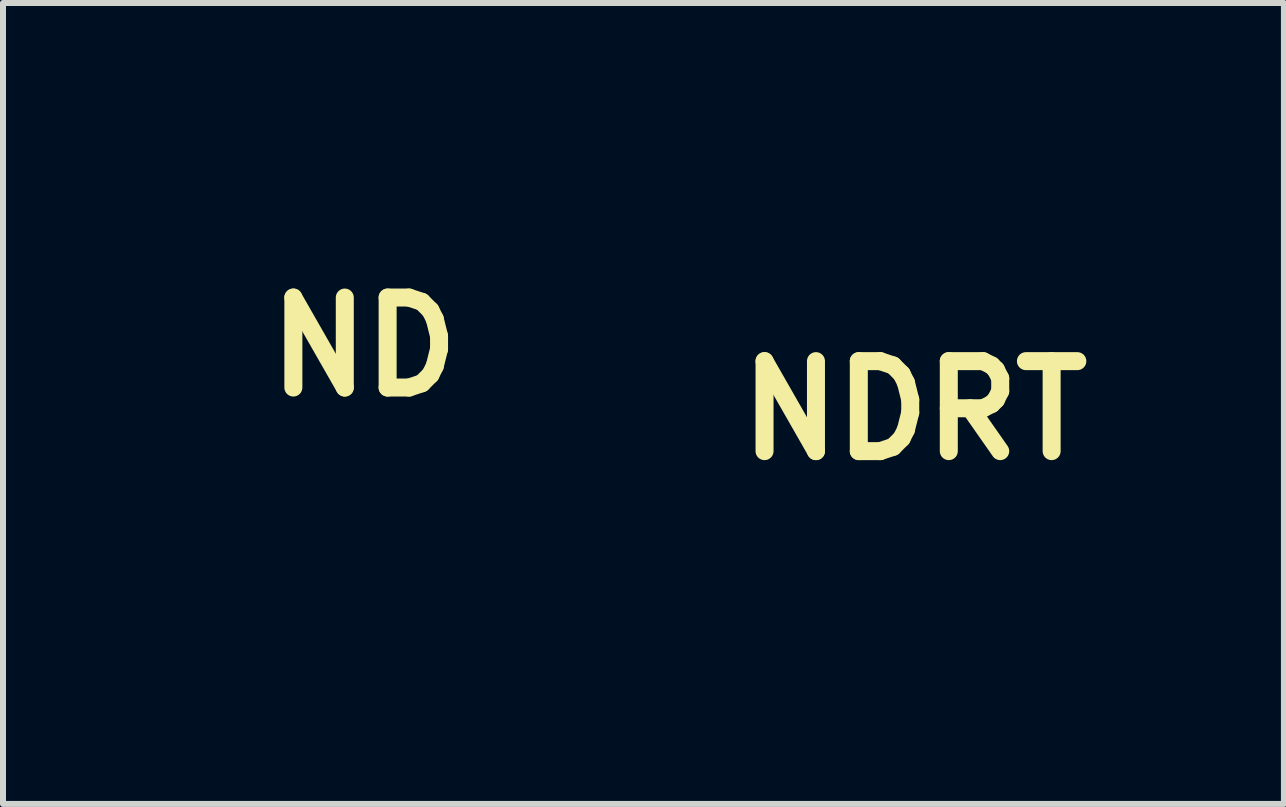
<source format=kicad_pcb>
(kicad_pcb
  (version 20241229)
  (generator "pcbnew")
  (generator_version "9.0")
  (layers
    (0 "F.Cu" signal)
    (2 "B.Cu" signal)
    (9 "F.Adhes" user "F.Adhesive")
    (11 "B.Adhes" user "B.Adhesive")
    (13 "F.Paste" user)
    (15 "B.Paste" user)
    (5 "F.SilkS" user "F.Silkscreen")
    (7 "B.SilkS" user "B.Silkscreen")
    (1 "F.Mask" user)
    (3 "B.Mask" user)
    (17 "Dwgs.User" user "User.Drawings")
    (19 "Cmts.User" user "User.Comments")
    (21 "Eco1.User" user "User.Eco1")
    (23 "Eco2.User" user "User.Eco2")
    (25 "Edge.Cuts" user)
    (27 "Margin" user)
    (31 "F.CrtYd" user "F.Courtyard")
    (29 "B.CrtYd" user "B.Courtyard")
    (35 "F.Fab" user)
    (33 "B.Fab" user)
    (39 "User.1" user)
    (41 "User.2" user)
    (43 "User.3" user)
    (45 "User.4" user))
  (footprint "NDRT"
    (layer "F.Cu")
    (at 12.195 3.792)
    (property "Reference" "NDRT" (at 0 0 0) (layer "F.SilkS") (effects (font (size 1.5 1.5) (thickness 0.3))))
    (attr board_only exclude_from_pos_files exclude_from_bom)
    (fp_poly (pts (xy 0.519 3.47) (xy 0.52 3.48) (xy 0.49 3.519) (xy 0.48 3.52) (xy 0.441 3.49) (xy 0.44 3.48) (xy 0.47 3.441) (xy 0.48 3.44)) (stroke (width 0) (type solid)) (fill yes) (layer "F.Mask"))
    (fp_poly (pts (xy 0.332 2.445) (xy 0.386 2.467) (xy 0.4 2.514) (xy 0.4 2.52) (xy 0.374 2.586) (xy 0.338 2.6) (xy 0.296 2.619) (xy 0.3 2.64) (xy 0.357 2.674) (xy 0.401 2.68) (xy 0.485 2.716) (xy 0.54 2.82) (xy 0.56 2.982) (xy 0.56 2.988) (xy 0.538 3.138) (xy 0.478 3.253) (xy 0.394 3.314) (xy 0.358 3.32) (xy 0.301 3.34) (xy 0.281 3.413) (xy 0.28 3.44) (xy 0.262 3.535) (xy 0.221 3.56) (xy 0.164 3.528) (xy 0.105 3.449) (xy 0.1 3.44) (xy 0.038 3.354) (xy -0.045 3.324) (xy -0.091 3.323) (xy -0.164 3.33) (xy -0.175 3.344) (xy -0.17 3.346) (xy -0.131 3.398) (xy -0.12 3.463) (xy -0.129 3.526) (xy -0.172 3.553) (xy -0.27 3.56) (xy -0.281 3.56) (xy -0.405 3.546) (xy -0.464 3.502) (xy -0.468 3.494) (xy -0.459 3.417) (xy -0.419 3.374) (xy -0.381 3.34) (xy -0.397 3.325) (xy -0.479 3.32) (xy -0.512 3.32) (xy -0.62 3.314) (xy -0.669 3.289) (xy -0.68 3.242) (xy -0.662 3.166) (xy -0.641 3.141) (xy -0.618 3.092) (xy -0.609 3.005) (xy -0.61 2.98) (xy -0.44 2.98) (xy -0.43 3.073) (xy -0.405 3.119) (xy -0.4 3.12) (xy -0.374 3.085) (xy -0.362 3.01) (xy -0.199 3.01) (xy -0.189 3.117) (xy -0.153 3.158) (xy -0.14 3.16) (xy -0.088 3.133) (xy -0.081 3.11) (xy -0.101 3.04) (xy -0.14 2.96) (xy -0.177 2.895) (xy 0.009 2.895) (xy 0.041 2.963) (xy 0.087 3.03) (xy 0.113 3.021) (xy 0.119 2.954) (xy 0.282 2.954) (xy 0.282 3.047) (xy 0.297 3.119) (xy 0.307 3.133) (xy 0.339 3.156) (xy 0.355 3.131) (xy 0.36 3.043) (xy 0.36 3) (xy 0.351 2.9) (xy 0.329 2.844) (xy 0.32 2.84) (xy 0.295 2.874) (xy 0.282 2.954) (xy 0.119 2.954) (xy 0.12 2.94) (xy 0.099 2.86) (xy 0.06 2.84) (xy 0.009 2.851) (xy 0.009 2.895) (xy -0.177 2.895) (xy -0.197 2.86) (xy -0.199 3.01) (xy -0.362 3.01) (xy -0.36 2.998) (xy -0.36 2.98) (xy -0.37 2.887) (xy -0.395 2.841) (xy -0.4 2.84) (xy -0.426 2.875) (xy -0.44 2.962) (xy -0.44 2.98) (xy -0.61 2.98) (xy -0.613 2.914) (xy -0.631 2.851) (xy -0.646 2.84) (xy -0.672 2.806) (xy -0.68 2.748) (xy -0.67 2.687) (xy -0.624 2.667) (xy -0.545 2.672) (xy -0.446 2.671) (xy -0.385 2.647) (xy -0.382 2.644) (xy -0.389 2.606) (xy -0.418 2.6) (xy -0.469 2.567) (xy -0.48 2.52) (xy -0.463 2.463) (xy -0.398 2.442) (xy -0.35 2.44) (xy -0.242 2.46) (xy -0.168 2.533) (xy -0.155 2.555) (xy -0.074 2.647) (xy 0.015 2.67) (xy 0.093 2.659) (xy 0.12 2.635) (xy 0.089 2.601) (xy 0.08 2.6) (xy 0.048 2.566) (xy 0.04 2.52) (xy 0.052 2.47) (xy 0.101 2.446) (xy 0.207 2.44) (xy 0.22 2.44)) (stroke (width 0) (type solid)) (fill yes) (layer "F.Mask"))
    (fp_poly (pts (xy 0.213 -3.741) (xy 0.398 -3.612) (xy 0.403 -3.607) (xy 0.455 -3.553) (xy 0.502 -3.491) (xy 0.548 -3.41) (xy 0.599 -3.3) (xy 0.659 -3.15) (xy 0.732 -2.949) (xy 0.824 -2.687) (xy 0.861 -2.58) (xy 1.006 -2.164) (xy 1.171 -1.687) (xy 1.354 -1.164) (xy 1.547 -0.609) (xy 1.747 -0.037) (xy 1.949 0.539) (xy 2.146 1.102) (xy 2.334 1.639) (xy 2.412 1.86) (xy 2.529 2.195) (xy 2.619 2.463) (xy 2.686 2.674) (xy 2.732 2.837) (xy 2.76 2.961) (xy 2.772 3.053) (xy 2.773 3.094) (xy 2.762 3.217) (xy 2.74 3.307) (xy 2.726 3.33) (xy 2.664 3.343) (xy 2.543 3.33) (xy 2.377 3.294) (xy 2.182 3.238) (xy 1.974 3.167) (xy 1.882 3.131) (xy 1.474 2.933) (xy 1.106 2.684) (xy 1.045 2.628) (xy 1.582 2.628) (xy 1.6 2.691) (xy 1.64 2.72) (xy 1.68 2.688) (xy 1.694 2.661) (xy 1.69 2.595) (xy 1.64 2.567) (xy 1.602 2.579) (xy 1.582 2.628) (xy 1.045 2.628) (xy 0.784 2.391) (xy 0.518 2.065) (xy 0.356 1.784) (xy 1.932 1.784) (xy 1.939 1.798) (xy 1.98 1.822) (xy 2.025 1.796) (xy 2.06 1.739) (xy 2.042 1.706) (xy 1.987 1.69) (xy 1.94 1.725) (xy 1.932 1.784) (xy 0.356 1.784) (xy 0.315 1.712) (xy 0.186 1.355) (xy 0.159 1.258) (xy 0.7 1.258) (xy 0.703 1.285) (xy 0.759 1.319) (xy 0.817 1.285) (xy 0.82 1.28) (xy 0.831 1.215) (xy 0.792 1.183) (xy 0.737 1.203) (xy 0.7 1.258) (xy 0.159 1.258) (xy 0.152 1.232) (xy 0.117 1.167) (xy 0.064 1.139) (xy -0.024 1.128) (xy -0.18 1.116) (xy -0.23 1.328) (xy -0.36 1.71) (xy -0.561 2.068) (xy -0.828 2.396) (xy -1.155 2.688) (xy -1.535 2.939) (xy -1.963 3.143) (xy -2.303 3.26) (xy -2.503 3.316) (xy -2.639 3.348) (xy -2.726 3.353) (xy -2.775 3.328) (xy -2.802 3.27) (xy -2.817 3.179) (xy -2.819 3.169) (xy -2.823 3.14) (xy -2.826 3.113) (xy -2.827 3.083) (xy -2.825 3.047) (xy -2.817 3) (xy -2.803 2.939) (xy -2.794 2.904) (xy -2.468 2.904) (xy -2.461 2.918) (xy -2.42 2.942) (xy -2.375 2.916) (xy -2.34 2.859) (xy -2.358 2.826) (xy -2.413 2.81) (xy -2.46 2.845) (xy -2.468 2.904) (xy -2.794 2.904) (xy -2.782 2.858) (xy -2.751 2.755) (xy -2.71 2.625) (xy -2.658 2.463) (xy -2.592 2.267) (xy -2.512 2.032) (xy -2.467 1.899) (xy -1.5 1.899) (xy -1.497 1.925) (xy -1.44 1.959) (xy -1.389 1.936) (xy -1.38 1.883) (xy -1.387 1.855) (xy -1.42 1.82) (xy -1.464 1.844) (xy -1.5 1.899) (xy -2.467 1.899) (xy -2.417 1.753) (xy -2.304 1.427) (xy -2.173 1.05) (xy -2.101 0.842) (xy -0.4 0.842) (xy -0.393 0.954) (xy -0.363 0.994) (xy -0.298 0.97) (xy -0.249 0.938) (xy -0.185 0.898) (xy -0.162 0.913) (xy -0.16 0.958) (xy -0.145 1.014) (xy -0.086 1.037) (xy -0.02 1.04) (xy 0.081 1.028) (xy 0.119 0.989) (xy 0.12 0.976) (xy 0.144 0.931) (xy 0.18 0.936) (xy 0.274 0.974) (xy 0.3 0.984) (xy 0.339 0.984) (xy 0.357 0.93) (xy 0.36 0.847) (xy 0.35 0.733) (xy 0.309 0.663) (xy 0.236 0.612) (xy 0.113 0.54) (xy 0.117 0.017) (xy 1.412 0.017) (xy 1.42 0.04) (xy 1.464 0.064) (xy 1.489 0.047) (xy 1.508 -0.017) (xy 1.5 -0.04) (xy 1.456 -0.064) (xy 1.431 -0.047) (xy 1.412 0.017) (xy 0.117 0.017) (xy 0.125 -1.063) (xy 0.332 -1.063) (xy 0.34 -1.04) (xy 0.384 -1.016) (xy 0.409 -1.033) (xy 0.428 -1.097) (xy 0.42 -1.12) (xy 0.376 -1.144) (xy 0.351 -1.127) (xy 0.332 -1.063) (xy 0.125 -1.063) (xy 0.126 -1.18) (xy 0.129 -1.621) (xy 0.131 -1.988) (xy 0.13 -2.254) (xy 0.578 -2.254) (xy 0.608 -2.209) (xy 0.64 -2.2) (xy 0.692 -2.229) (xy 0.698 -2.237) (xy 0.696 -2.285) (xy 0.648 -2.31) (xy 0.599 -2.3) (xy 0.578 -2.254) (xy 0.13 -2.254) (xy 0.13 -2.291) (xy 0.127 -2.536) (xy 0.123 -2.731) (xy 0.115 -2.882) (xy 0.106 -2.998) (xy 0.093 -3.085) (xy 0.084 -3.13) (xy 0.045 -3.256) (xy 0.004 -3.338) (xy -0.024 -3.36) (xy -0.059 -3.347) (xy -0.089 -3.303) (xy -0.114 -3.223) (xy -0.133 -3.102) (xy -0.148 -2.934) (xy -0.159 -2.714) (xy -0.166 -2.435) (xy -0.169 -2.094) (xy -0.169 -1.684) (xy -0.166 -1.199) (xy -0.166 -1.18) (xy -0.152 0.54) (xy -0.276 0.612) (xy -0.36 0.674) (xy -0.394 0.752) (xy -0.4 0.842) (xy -2.101 0.842) (xy -2.05 0.698) (xy -1.62 0.698) (xy -1.617 0.725) (xy -1.561 0.759) (xy -1.503 0.725) (xy -1.5 0.72) (xy -1.489 0.655) (xy -1.528 0.623) (xy -1.583 0.643) (xy -1.62 0.698) (xy -2.05 0.698) (xy -2.022 0.617) (xy -1.85 0.125) (xy -1.668 -0.396) (xy -0.614 -0.396) (xy -0.614 -0.338) (xy -0.582 -0.3) (xy -0.534 -0.325) (xy -0.501 -0.383) (xy -0.515 -0.411) (xy -0.573 -0.431) (xy -0.614 -0.396) (xy -1.668 -0.396) (xy -1.656 -0.431) (xy -1.438 -1.055) (xy -1.277 -1.515) (xy -1.013 -1.515) (xy -0.972 -1.48) (xy -0.918 -1.496) (xy -0.903 -1.515) (xy -0.91 -1.567) (xy -0.936 -1.596) (xy -0.987 -1.619) (xy -1.013 -1.585) (xy -1.013 -1.515) (xy -1.277 -1.515) (xy -1.212 -1.7) (xy -1.104 -2.01) (xy -0.999 -2.309) (xy -0.903 -2.585) (xy -0.819 -2.827) (xy -0.751 -3.022) (xy -0.743 -3.045) (xy -0.412 -3.045) (xy -0.404 -2.986) (xy -0.395 -2.975) (xy -0.349 -2.938) (xy -0.315 -2.968) (xy -0.306 -3.033) (xy -0.318 -3.054) (xy -0.375 -3.076) (xy -0.412 -3.045) (xy -0.743 -3.045) (xy -0.704 -3.158) (xy -0.692 -3.191) (xy -0.585 -3.438) (xy -0.454 -3.615) (xy -0.293 -3.729) (xy -0.202 -3.764) (xy 0.013 -3.792)) (stroke (width 0) (type solid)) (fill yes) (layer "F.Mask")))
  (footprint "ND"
    (layer "F.Cu")
    (at 3.019 2.732)
    (property "Reference" "ND" (at 0 0 0) (layer "F.SilkS") (effects (font (size 1.5 1.5) (thickness 0.3))))
    (attr board_only exclude_from_pos_files exclude_from_bom)
    (fp_poly (pts (xy -0.946 -2.731) (xy -0.873 -2.728) (xy -0.823 -2.723) (xy -0.792 -2.717) (xy -0.772 -2.708) (xy -0.763 -2.699) (xy -0.746 -2.671) (xy -0.711 -2.609) (xy -0.663 -2.518) (xy -0.603 -2.405) (xy -0.535 -2.275) (xy -0.462 -2.133) (xy -0.457 -2.125) (xy -0.181 -1.586) (xy 0.424 -1.58) (xy 1.028 -1.575) (xy 1.028 -1.76) (xy 1.028 -1.946) (xy 0.793 -1.952) (xy 0.558 -1.958) (xy 0.558 -2.341) (xy 0.558 -2.724) (xy 1.411 -2.724) (xy 2.264 -2.724) (xy 2.27 -2.335) (xy 2.276 -1.947) (xy 2.034 -1.947) (xy 1.792 -1.947) (xy 1.799 -1.767) (xy 1.805 -1.586) (xy 2.133 -1.58) (xy 2.461 -1.574) (xy 2.74 -1.296) (xy 3.019 -1.018) (xy 3.019 -0.011) (xy 3.019 0.996) (xy 2.74 1.274) (xy 2.461 1.552) (xy 2.133 1.558) (xy 1.805 1.564) (xy 1.794 2.133) (xy 1.783 2.702) (xy 1.447 2.702) (xy 1.111 2.702) (xy 0.815 2.128) (xy 0.518 1.553) (xy -0.08 1.553) (xy -0.678 1.553) (xy -0.678 1.739) (xy -0.678 1.925) (xy -0.448 1.925) (xy -0.218 1.925) (xy -0.224 2.314) (xy -0.23 2.702) (xy -1.063 2.708) (xy -1.249 2.709) (xy -1.422 2.709) (xy -1.577 2.708) (xy -1.707 2.707) (xy -1.81 2.705) (xy -1.878 2.702) (xy -1.909 2.699) (xy -1.91 2.699) (xy -1.915 2.673) (xy -1.919 2.611) (xy -1.923 2.52) (xy -1.925 2.407) (xy -1.925 2.304) (xy -1.925 1.925) (xy -1.696 1.925) (xy -1.466 1.925) (xy -1.466 1.739) (xy -1.466 1.553) (xy -2.242 1.553) (xy -3.019 1.553) (xy -3.019 1.17) (xy -3.019 0.788) (xy -2.855 0.788) (xy -2.691 0.788) (xy -2.691 -0.011) (xy -1.925 -0.011) (xy -1.925 0.788) (xy -1.696 0.788) (xy -1.466 0.788) (xy -0.678 0.788) (xy -0.284 0.788) (xy -0.159 0.787) (xy -0.049 0.785) (xy 0.036 0.782) (xy 0.091 0.778) (xy 0.109 0.775) (xy 0.1 0.753) (xy 0.073 0.697) (xy 0.031 0.614) (xy -0.023 0.507) (xy -0.086 0.382) (xy -0.155 0.245) (xy -0.229 0.101) (xy -0.304 -0.045) (xy -0.377 -0.187) (xy -0.446 -0.321) (xy -0.508 -0.441) (xy -0.561 -0.542) (xy -0.601 -0.619) (xy -0.627 -0.665) (xy -0.628 -0.667) (xy -0.678 -0.755) (xy -0.678 0.016) (xy -0.678 0.788) (xy -1.466 0.788) (xy -1.466 -0.011) (xy -1.466 -0.799) (xy 0.223 -0.799) (xy 0.62 -0.029) (xy 1.017 0.74) (xy 1.023 -0.011) (xy 1.794 -0.011) (xy 1.794 0.788) (xy 1.962 0.788) (xy 2.05 0.786) (xy 2.108 0.78) (xy 2.148 0.765) (xy 2.182 0.738) (xy 2.192 0.729) (xy 2.253 0.67) (xy 2.253 -0.008) (xy 2.253 -0.687) (xy 2.195 -0.748) (xy 2.161 -0.779) (xy 2.127 -0.798) (xy 2.08 -0.807) (xy 2.006 -0.809) (xy 1.965 -0.809) (xy 1.794 -0.809) (xy 1.794 -0.011) (xy 1.023 -0.011) (xy 1.023 -0.027) (xy 1.024 -0.206) (xy 1.025 -0.37) (xy 1.025 -0.515) (xy 1.024 -0.636) (xy 1.024 -0.728) (xy 1.022 -0.785) (xy 1.021 -0.802) (xy 0.997 -0.805) (xy 0.937 -0.806) (xy 0.848 -0.806) (xy 0.735 -0.806) (xy 0.618 -0.805) (xy 0.223 -0.799) (xy -1.466 -0.799) (xy -1.466 -0.809) (xy -1.696 -0.809) (xy -1.925 -0.809) (xy -1.925 -0.011) (xy -2.691 -0.011) (xy -2.691 -0.809) (xy -2.855 -0.809) (xy -3.019 -0.809) (xy -3.019 -1.192) (xy -3.019 -1.575) (xy -2.242 -1.575) (xy -1.466 -1.575) (xy -1.466 -1.761) (xy -1.466 -1.947) (xy -1.696 -1.947) (xy -1.926 -1.947) (xy -1.92 -2.335) (xy -1.914 -2.724) (xy -1.354 -2.73) (xy -1.181 -2.731) (xy -1.047 -2.732)) (stroke (width 0) (type solid)) (fill yes) (layer "F.Mask")))
  (gr_rect
    (start -3 -3)
    (end 18.353 10.352)
    (stroke (width 0.1) (type default))
    (fill no)
    (layer "Edge.Cuts")))
</source>
